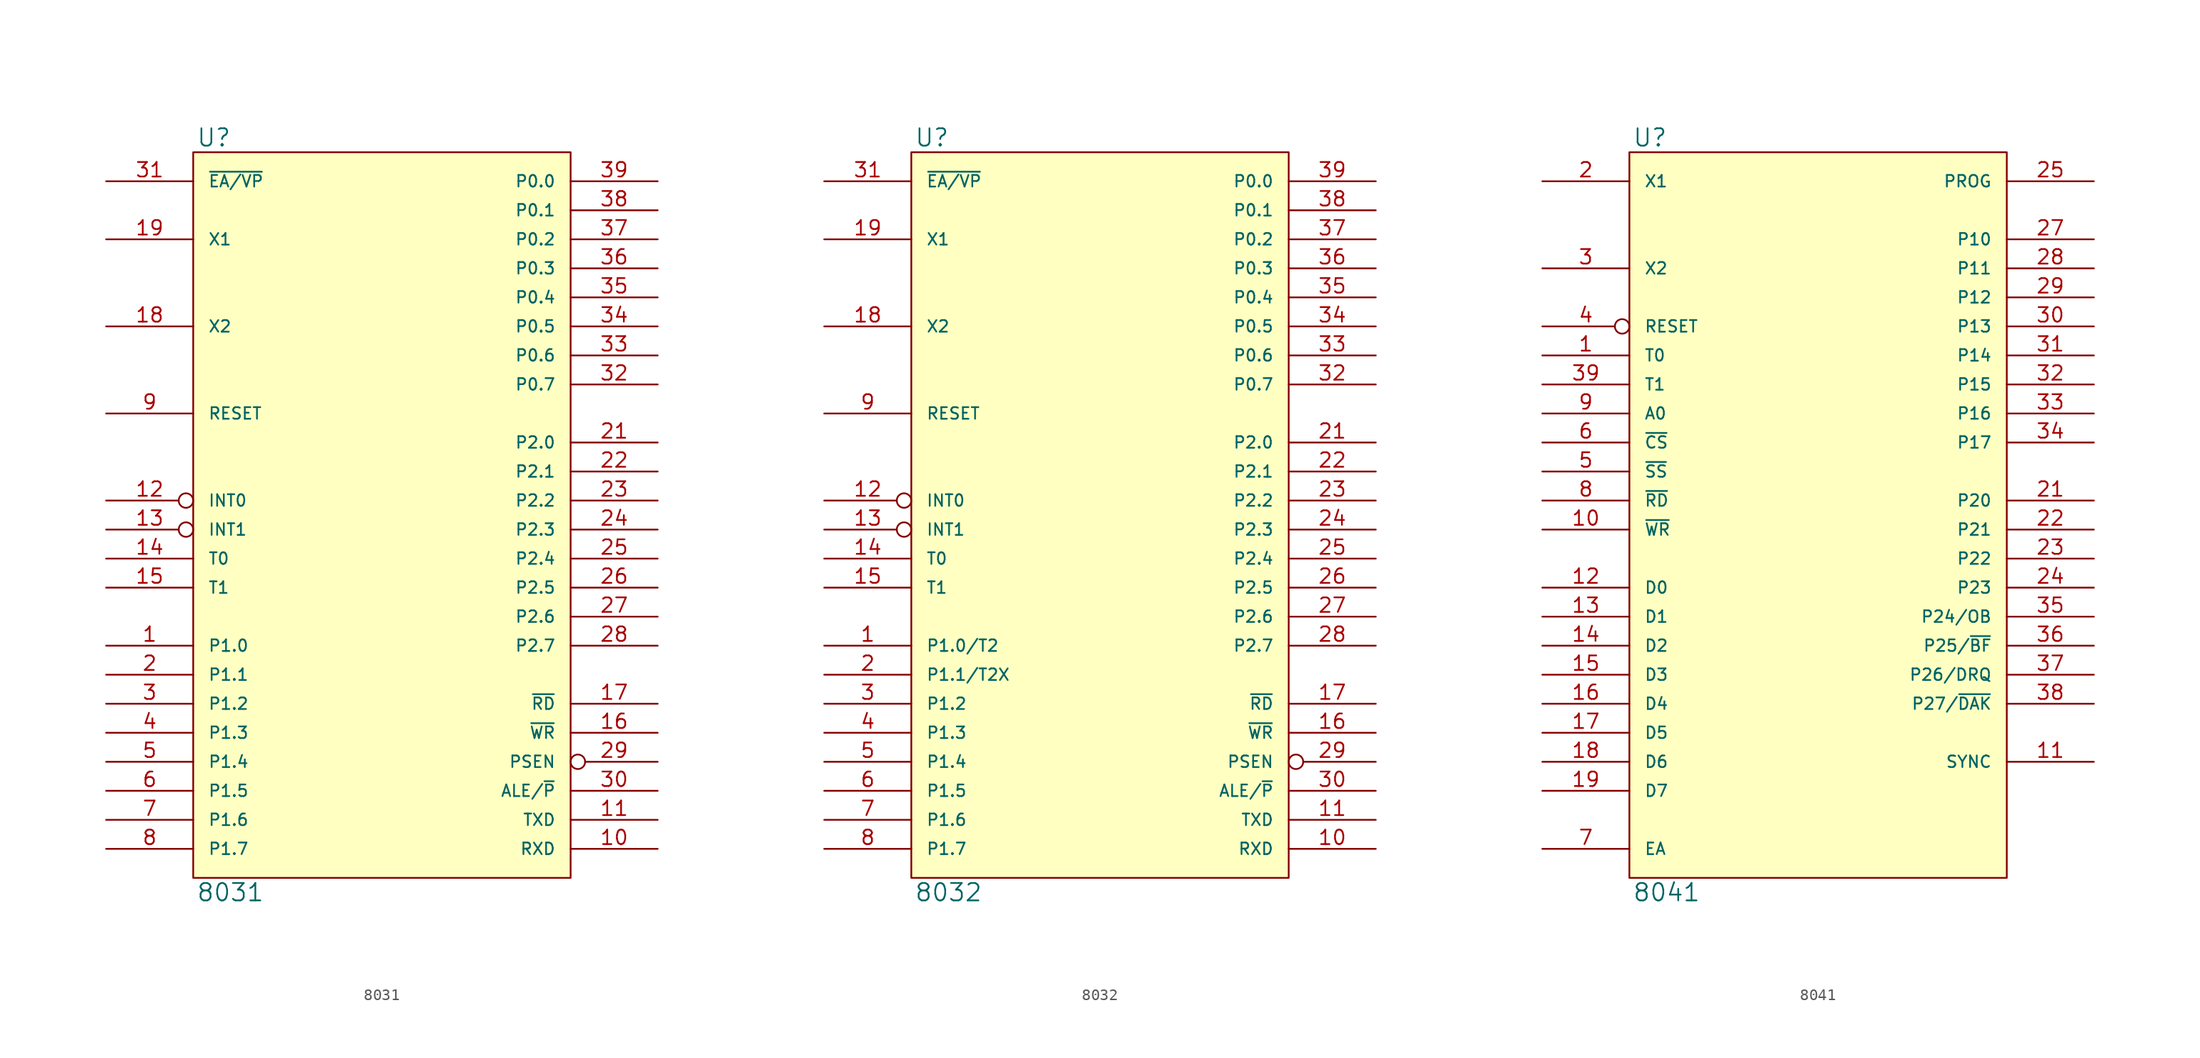
<source format=kicad_sym>
(kicad_symbol_lib
  (version 20231120)
  (generator "kicad_symbol_editor")
  (generator_version "8.0")
  (symbol "8031"
    (pin_names
      (offset 1.27))
    (property "Reference" "U"
      (at 0.254 0.381 0)
      (effects (font (size 1.524 1.524)) (justify left bottom)))
    (property "Value" "8031"
      (at 0.254 -63.881 0)
      (effects (font (size 1.524 1.524)) (justify left top)))
    (symbol "8031_0_1"
      (rectangle (start 0 0) (end 33.02 -63.5) (stroke (width 0) (type solid)) (fill (type background))))
    (symbol "8031_1_1"
      (pin bidirectional line (at -7.62 -43.18 0) (length 7.62) (name "P1.0" (effects (font (size 1.016 1.016)))) (number "1" (effects (font (size 1.27 1.27)))))
      (pin bidirectional line (at 40.64 -60.96 180) (length 7.62) (name "RXD" (effects (font (size 1.016 1.016)))) (number "10" (effects (font (size 1.27 1.27)))))
      (pin bidirectional line (at 40.64 -58.42 180) (length 7.62) (name "TXD" (effects (font (size 1.016 1.016)))) (number "11" (effects (font (size 1.27 1.27)))))
      (pin bidirectional inverted (at -7.62 -30.48 0) (length 7.62) (name "INT0" (effects (font (size 1.016 1.016)))) (number "12" (effects (font (size 1.27 1.27)))))
      (pin bidirectional inverted (at -7.62 -33.02 0) (length 7.62) (name "INT1" (effects (font (size 1.016 1.016)))) (number "13" (effects (font (size 1.27 1.27)))))
      (pin bidirectional line (at -7.62 -35.56 0) (length 7.62) (name "T0" (effects (font (size 1.016 1.016)))) (number "14" (effects (font (size 1.27 1.27)))))
      (pin bidirectional line (at -7.62 -38.1 0) (length 7.62) (name "T1" (effects (font (size 1.016 1.016)))) (number "15" (effects (font (size 1.27 1.27)))))
      (pin bidirectional line (at 40.64 -50.8 180) (length 7.62) (name "~{WR}" (effects (font (size 1.016 1.016)))) (number "16" (effects (font (size 1.27 1.27)))))
      (pin bidirectional line (at 40.64 -48.26 180) (length 7.62) (name "~{RD}" (effects (font (size 1.016 1.016)))) (number "17" (effects (font (size 1.27 1.27)))))
      (pin input line (at -7.62 -15.24 0) (length 7.62) (name "X2" (effects (font (size 1.016 1.016)))) (number "18" (effects (font (size 1.27 1.27)))))
      (pin input line (at -7.62 -7.62 0) (length 7.62) (name "X1" (effects (font (size 1.016 1.016)))) (number "19" (effects (font (size 1.27 1.27)))))
      (pin bidirectional line (at -7.62 -45.72 0) (length 7.62) (name "P1.1" (effects (font (size 1.016 1.016)))) (number "2" (effects (font (size 1.27 1.27)))))
      (pin power_in line (at 0 -63.5 90) (length 0) hide (name "VSS" (effects (font (size 1.016 1.016)))) (number "20" (effects (font (size 1.27 1.27)))))
      (pin bidirectional line (at 40.64 -25.4 180) (length 7.62) (name "P2.0" (effects (font (size 1.016 1.016)))) (number "21" (effects (font (size 1.27 1.27)))))
      (pin bidirectional line (at 40.64 -27.94 180) (length 7.62) (name "P2.1" (effects (font (size 1.016 1.016)))) (number "22" (effects (font (size 1.27 1.27)))))
      (pin bidirectional line (at 40.64 -30.48 180) (length 7.62) (name "P2.2" (effects (font (size 1.016 1.016)))) (number "23" (effects (font (size 1.27 1.27)))))
      (pin bidirectional line (at 40.64 -33.02 180) (length 7.62) (name "P2.3" (effects (font (size 1.016 1.016)))) (number "24" (effects (font (size 1.27 1.27)))))
      (pin bidirectional line (at 40.64 -35.56 180) (length 7.62) (name "P2.4" (effects (font (size 1.016 1.016)))) (number "25" (effects (font (size 1.27 1.27)))))
      (pin bidirectional line (at 40.64 -38.1 180) (length 7.62) (name "P2.5" (effects (font (size 1.016 1.016)))) (number "26" (effects (font (size 1.27 1.27)))))
      (pin bidirectional line (at 40.64 -40.64 180) (length 7.62) (name "P2.6" (effects (font (size 1.016 1.016)))) (number "27" (effects (font (size 1.27 1.27)))))
      (pin bidirectional line (at 40.64 -43.18 180) (length 7.62) (name "P2.7" (effects (font (size 1.016 1.016)))) (number "28" (effects (font (size 1.27 1.27)))))
      (pin output inverted (at 40.64 -53.34 180) (length 7.62) (name "PSEN" (effects (font (size 1.016 1.016)))) (number "29" (effects (font (size 1.27 1.27)))))
      (pin bidirectional line (at -7.62 -48.26 0) (length 7.62) (name "P1.2" (effects (font (size 1.016 1.016)))) (number "3" (effects (font (size 1.27 1.27)))))
      (pin output line (at 40.64 -55.88 180) (length 7.62) (name "ALE/~{P}" (effects (font (size 1.016 1.016)))) (number "30" (effects (font (size 1.27 1.27)))))
      (pin input line (at -7.62 -2.54 0) (length 7.62) (name "~{EA/VP}" (effects (font (size 1.016 1.016)))) (number "31" (effects (font (size 1.27 1.27)))))
      (pin bidirectional line (at 40.64 -20.32 180) (length 7.62) (name "P0.7" (effects (font (size 1.016 1.016)))) (number "32" (effects (font (size 1.27 1.27)))))
      (pin bidirectional line (at 40.64 -17.78 180) (length 7.62) (name "P0.6" (effects (font (size 1.016 1.016)))) (number "33" (effects (font (size 1.27 1.27)))))
      (pin bidirectional line (at 40.64 -15.24 180) (length 7.62) (name "P0.5" (effects (font (size 1.016 1.016)))) (number "34" (effects (font (size 1.27 1.27)))))
      (pin bidirectional line (at 40.64 -12.7 180) (length 7.62) (name "P0.4" (effects (font (size 1.016 1.016)))) (number "35" (effects (font (size 1.27 1.27)))))
      (pin bidirectional line (at 40.64 -10.16 180) (length 7.62) (name "P0.3" (effects (font (size 1.016 1.016)))) (number "36" (effects (font (size 1.27 1.27)))))
      (pin bidirectional line (at 40.64 -7.62 180) (length 7.62) (name "P0.2" (effects (font (size 1.016 1.016)))) (number "37" (effects (font (size 1.27 1.27)))))
      (pin bidirectional line (at 40.64 -5.08 180) (length 7.62) (name "P0.1" (effects (font (size 1.016 1.016)))) (number "38" (effects (font (size 1.27 1.27)))))
      (pin bidirectional line (at 40.64 -2.54 180) (length 7.62) (name "P0.0" (effects (font (size 1.016 1.016)))) (number "39" (effects (font (size 1.27 1.27)))))
      (pin bidirectional line (at -7.62 -50.8 0) (length 7.62) (name "P1.3" (effects (font (size 1.016 1.016)))) (number "4" (effects (font (size 1.27 1.27)))))
      (pin power_in line (at 0 0 270) (length 0) hide (name "VCC" (effects (font (size 1.016 1.016)))) (number "40" (effects (font (size 1.27 1.27)))))
      (pin bidirectional line (at -7.62 -53.34 0) (length 7.62) (name "P1.4" (effects (font (size 1.016 1.016)))) (number "5" (effects (font (size 1.27 1.27)))))
      (pin bidirectional line (at -7.62 -55.88 0) (length 7.62) (name "P1.5" (effects (font (size 1.016 1.016)))) (number "6" (effects (font (size 1.27 1.27)))))
      (pin bidirectional line (at -7.62 -58.42 0) (length 7.62) (name "P1.6" (effects (font (size 1.016 1.016)))) (number "7" (effects (font (size 1.27 1.27)))))
      (pin bidirectional line (at -7.62 -60.96 0) (length 7.62) (name "P1.7" (effects (font (size 1.016 1.016)))) (number "8" (effects (font (size 1.27 1.27)))))
      (pin input line (at -7.62 -22.86 0) (length 7.62) (name "RESET" (effects (font (size 1.016 1.016)))) (number "9" (effects (font (size 1.27 1.27)))))))
  (symbol "8032"
    (pin_names
      (offset 1.27))
    (property "Reference" "U"
      (at 0.254 0.381 0)
      (effects (font (size 1.524 1.524)) (justify left bottom)))
    (property "Value" "8032"
      (at 0.254 -63.881 0)
      (effects (font (size 1.524 1.524)) (justify left top)))
    (symbol "8032_0_1"
      (rectangle (start 0 0) (end 33.02 -63.5) (stroke (width 0) (type solid)) (fill (type background))))
    (symbol "8032_1_1"
      (pin bidirectional line (at -7.62 -43.18 0) (length 7.62) (name "P1.0/T2" (effects (font (size 1.016 1.016)))) (number "1" (effects (font (size 1.27 1.27)))))
      (pin bidirectional line (at 40.64 -60.96 180) (length 7.62) (name "RXD" (effects (font (size 1.016 1.016)))) (number "10" (effects (font (size 1.27 1.27)))))
      (pin bidirectional line (at 40.64 -58.42 180) (length 7.62) (name "TXD" (effects (font (size 1.016 1.016)))) (number "11" (effects (font (size 1.27 1.27)))))
      (pin bidirectional inverted (at -7.62 -30.48 0) (length 7.62) (name "INT0" (effects (font (size 1.016 1.016)))) (number "12" (effects (font (size 1.27 1.27)))))
      (pin bidirectional inverted (at -7.62 -33.02 0) (length 7.62) (name "INT1" (effects (font (size 1.016 1.016)))) (number "13" (effects (font (size 1.27 1.27)))))
      (pin bidirectional line (at -7.62 -35.56 0) (length 7.62) (name "T0" (effects (font (size 1.016 1.016)))) (number "14" (effects (font (size 1.27 1.27)))))
      (pin bidirectional line (at -7.62 -38.1 0) (length 7.62) (name "T1" (effects (font (size 1.016 1.016)))) (number "15" (effects (font (size 1.27 1.27)))))
      (pin bidirectional line (at 40.64 -50.8 180) (length 7.62) (name "~{WR}" (effects (font (size 1.016 1.016)))) (number "16" (effects (font (size 1.27 1.27)))))
      (pin bidirectional line (at 40.64 -48.26 180) (length 7.62) (name "~{RD}" (effects (font (size 1.016 1.016)))) (number "17" (effects (font (size 1.27 1.27)))))
      (pin input line (at -7.62 -15.24 0) (length 7.62) (name "X2" (effects (font (size 1.016 1.016)))) (number "18" (effects (font (size 1.27 1.27)))))
      (pin input line (at -7.62 -7.62 0) (length 7.62) (name "X1" (effects (font (size 1.016 1.016)))) (number "19" (effects (font (size 1.27 1.27)))))
      (pin bidirectional line (at -7.62 -45.72 0) (length 7.62) (name "P1.1/T2X" (effects (font (size 1.016 1.016)))) (number "2" (effects (font (size 1.27 1.27)))))
      (pin power_in line (at 0 -63.5 90) (length 0) hide (name "VSS" (effects (font (size 1.016 1.016)))) (number "20" (effects (font (size 1.27 1.27)))))
      (pin bidirectional line (at 40.64 -25.4 180) (length 7.62) (name "P2.0" (effects (font (size 1.016 1.016)))) (number "21" (effects (font (size 1.27 1.27)))))
      (pin bidirectional line (at 40.64 -27.94 180) (length 7.62) (name "P2.1" (effects (font (size 1.016 1.016)))) (number "22" (effects (font (size 1.27 1.27)))))
      (pin bidirectional line (at 40.64 -30.48 180) (length 7.62) (name "P2.2" (effects (font (size 1.016 1.016)))) (number "23" (effects (font (size 1.27 1.27)))))
      (pin bidirectional line (at 40.64 -33.02 180) (length 7.62) (name "P2.3" (effects (font (size 1.016 1.016)))) (number "24" (effects (font (size 1.27 1.27)))))
      (pin bidirectional line (at 40.64 -35.56 180) (length 7.62) (name "P2.4" (effects (font (size 1.016 1.016)))) (number "25" (effects (font (size 1.27 1.27)))))
      (pin bidirectional line (at 40.64 -38.1 180) (length 7.62) (name "P2.5" (effects (font (size 1.016 1.016)))) (number "26" (effects (font (size 1.27 1.27)))))
      (pin bidirectional line (at 40.64 -40.64 180) (length 7.62) (name "P2.6" (effects (font (size 1.016 1.016)))) (number "27" (effects (font (size 1.27 1.27)))))
      (pin bidirectional line (at 40.64 -43.18 180) (length 7.62) (name "P2.7" (effects (font (size 1.016 1.016)))) (number "28" (effects (font (size 1.27 1.27)))))
      (pin output inverted (at 40.64 -53.34 180) (length 7.62) (name "PSEN" (effects (font (size 1.016 1.016)))) (number "29" (effects (font (size 1.27 1.27)))))
      (pin bidirectional line (at -7.62 -48.26 0) (length 7.62) (name "P1.2" (effects (font (size 1.016 1.016)))) (number "3" (effects (font (size 1.27 1.27)))))
      (pin output line (at 40.64 -55.88 180) (length 7.62) (name "ALE/~{P}" (effects (font (size 1.016 1.016)))) (number "30" (effects (font (size 1.27 1.27)))))
      (pin input line (at -7.62 -2.54 0) (length 7.62) (name "~{EA/VP}" (effects (font (size 1.016 1.016)))) (number "31" (effects (font (size 1.27 1.27)))))
      (pin bidirectional line (at 40.64 -20.32 180) (length 7.62) (name "P0.7" (effects (font (size 1.016 1.016)))) (number "32" (effects (font (size 1.27 1.27)))))
      (pin bidirectional line (at 40.64 -17.78 180) (length 7.62) (name "P0.6" (effects (font (size 1.016 1.016)))) (number "33" (effects (font (size 1.27 1.27)))))
      (pin bidirectional line (at 40.64 -15.24 180) (length 7.62) (name "P0.5" (effects (font (size 1.016 1.016)))) (number "34" (effects (font (size 1.27 1.27)))))
      (pin bidirectional line (at 40.64 -12.7 180) (length 7.62) (name "P0.4" (effects (font (size 1.016 1.016)))) (number "35" (effects (font (size 1.27 1.27)))))
      (pin bidirectional line (at 40.64 -10.16 180) (length 7.62) (name "P0.3" (effects (font (size 1.016 1.016)))) (number "36" (effects (font (size 1.27 1.27)))))
      (pin bidirectional line (at 40.64 -7.62 180) (length 7.62) (name "P0.2" (effects (font (size 1.016 1.016)))) (number "37" (effects (font (size 1.27 1.27)))))
      (pin bidirectional line (at 40.64 -5.08 180) (length 7.62) (name "P0.1" (effects (font (size 1.016 1.016)))) (number "38" (effects (font (size 1.27 1.27)))))
      (pin bidirectional line (at 40.64 -2.54 180) (length 7.62) (name "P0.0" (effects (font (size 1.016 1.016)))) (number "39" (effects (font (size 1.27 1.27)))))
      (pin bidirectional line (at -7.62 -50.8 0) (length 7.62) (name "P1.3" (effects (font (size 1.016 1.016)))) (number "4" (effects (font (size 1.27 1.27)))))
      (pin power_in line (at 0 0 270) (length 0) hide (name "VCC" (effects (font (size 1.016 1.016)))) (number "40" (effects (font (size 1.27 1.27)))))
      (pin bidirectional line (at -7.62 -53.34 0) (length 7.62) (name "P1.4" (effects (font (size 1.016 1.016)))) (number "5" (effects (font (size 1.27 1.27)))))
      (pin bidirectional line (at -7.62 -55.88 0) (length 7.62) (name "P1.5" (effects (font (size 1.016 1.016)))) (number "6" (effects (font (size 1.27 1.27)))))
      (pin bidirectional line (at -7.62 -58.42 0) (length 7.62) (name "P1.6" (effects (font (size 1.016 1.016)))) (number "7" (effects (font (size 1.27 1.27)))))
      (pin bidirectional line (at -7.62 -60.96 0) (length 7.62) (name "P1.7" (effects (font (size 1.016 1.016)))) (number "8" (effects (font (size 1.27 1.27)))))
      (pin input line (at -7.62 -22.86 0) (length 7.62) (name "RESET" (effects (font (size 1.016 1.016)))) (number "9" (effects (font (size 1.27 1.27)))))))
  (symbol "8041"
    (pin_names
      (offset 1.27))
    (property "Reference" "U"
      (at 0.254 0.381 0)
      (effects (font (size 1.524 1.524)) (justify left bottom)))
    (property "Value" "8041"
      (at 0.254 -63.881 0)
      (effects (font (size 1.524 1.524)) (justify left top)))
    (symbol "8041_0_1"
      (rectangle (start 0 0) (end 33.02 -63.5) (stroke (width 0) (type solid)) (fill (type background))))
    (symbol "8041_1_1"
      (pin input line (at -7.62 -17.78 0) (length 7.62) (name "T0" (effects (font (size 1.016 1.016)))) (number "1" (effects (font (size 1.27 1.27)))))
      (pin input line (at -7.62 -33.02 0) (length 7.62) (name "~{WR}" (effects (font (size 1.016 1.016)))) (number "10" (effects (font (size 1.27 1.27)))))
      (pin output line (at 40.64 -53.34 180) (length 7.62) (name "SYNC" (effects (font (size 1.016 1.016)))) (number "11" (effects (font (size 1.27 1.27)))))
      (pin bidirectional line (at -7.62 -38.1 0) (length 7.62) (name "D0" (effects (font (size 1.016 1.016)))) (number "12" (effects (font (size 1.27 1.27)))))
      (pin bidirectional line (at -7.62 -40.64 0) (length 7.62) (name "D1" (effects (font (size 1.016 1.016)))) (number "13" (effects (font (size 1.27 1.27)))))
      (pin bidirectional line (at -7.62 -43.18 0) (length 7.62) (name "D2" (effects (font (size 1.016 1.016)))) (number "14" (effects (font (size 1.27 1.27)))))
      (pin bidirectional line (at -7.62 -45.72 0) (length 7.62) (name "D3" (effects (font (size 1.016 1.016)))) (number "15" (effects (font (size 1.27 1.27)))))
      (pin bidirectional line (at -7.62 -48.26 0) (length 7.62) (name "D4" (effects (font (size 1.016 1.016)))) (number "16" (effects (font (size 1.27 1.27)))))
      (pin bidirectional line (at -7.62 -50.8 0) (length 7.62) (name "D5" (effects (font (size 1.016 1.016)))) (number "17" (effects (font (size 1.27 1.27)))))
      (pin bidirectional line (at -7.62 -53.34 0) (length 7.62) (name "D6" (effects (font (size 1.016 1.016)))) (number "18" (effects (font (size 1.27 1.27)))))
      (pin bidirectional line (at -7.62 -55.88 0) (length 7.62) (name "D7" (effects (font (size 1.016 1.016)))) (number "19" (effects (font (size 1.27 1.27)))))
      (pin input line (at -7.62 -2.54 0) (length 7.62) (name "X1" (effects (font (size 1.016 1.016)))) (number "2" (effects (font (size 1.27 1.27)))))
      (pin power_in line (at 0 -63.5 90) (length 0) hide (name "VSS" (effects (font (size 1.016 1.016)))) (number "20" (effects (font (size 1.27 1.27)))))
      (pin bidirectional line (at 40.64 -30.48 180) (length 7.62) (name "P20" (effects (font (size 1.016 1.016)))) (number "21" (effects (font (size 1.27 1.27)))))
      (pin bidirectional line (at 40.64 -33.02 180) (length 7.62) (name "P21" (effects (font (size 1.016 1.016)))) (number "22" (effects (font (size 1.27 1.27)))))
      (pin bidirectional line (at 40.64 -35.56 180) (length 7.62) (name "P22" (effects (font (size 1.016 1.016)))) (number "23" (effects (font (size 1.27 1.27)))))
      (pin bidirectional line (at 40.64 -38.1 180) (length 7.62) (name "P23" (effects (font (size 1.016 1.016)))) (number "24" (effects (font (size 1.27 1.27)))))
      (pin bidirectional line (at 40.64 -2.54 180) (length 7.62) (name "PROG" (effects (font (size 1.016 1.016)))) (number "25" (effects (font (size 1.27 1.27)))))
      (pin power_in line (at 15.24 0 270) (length 0) hide (name "VDD" (effects (font (size 1.016 1.016)))) (number "26" (effects (font (size 1.27 1.27)))))
      (pin bidirectional line (at 40.64 -7.62 180) (length 7.62) (name "P10" (effects (font (size 1.016 1.016)))) (number "27" (effects (font (size 1.27 1.27)))))
      (pin bidirectional line (at 40.64 -10.16 180) (length 7.62) (name "P11" (effects (font (size 1.016 1.016)))) (number "28" (effects (font (size 1.27 1.27)))))
      (pin bidirectional line (at 40.64 -12.7 180) (length 7.62) (name "P12" (effects (font (size 1.016 1.016)))) (number "29" (effects (font (size 1.27 1.27)))))
      (pin input line (at -7.62 -10.16 0) (length 7.62) (name "X2" (effects (font (size 1.016 1.016)))) (number "3" (effects (font (size 1.27 1.27)))))
      (pin bidirectional line (at 40.64 -15.24 180) (length 7.62) (name "P13" (effects (font (size 1.016 1.016)))) (number "30" (effects (font (size 1.27 1.27)))))
      (pin bidirectional line (at 40.64 -17.78 180) (length 7.62) (name "P14" (effects (font (size 1.016 1.016)))) (number "31" (effects (font (size 1.27 1.27)))))
      (pin bidirectional line (at 40.64 -20.32 180) (length 7.62) (name "P15" (effects (font (size 1.016 1.016)))) (number "32" (effects (font (size 1.27 1.27)))))
      (pin bidirectional line (at 40.64 -22.86 180) (length 7.62) (name "P16" (effects (font (size 1.016 1.016)))) (number "33" (effects (font (size 1.27 1.27)))))
      (pin bidirectional line (at 40.64 -25.4 180) (length 7.62) (name "P17" (effects (font (size 1.016 1.016)))) (number "34" (effects (font (size 1.27 1.27)))))
      (pin bidirectional line (at 40.64 -40.64 180) (length 7.62) (name "P24/OB" (effects (font (size 1.016 1.016)))) (number "35" (effects (font (size 1.27 1.27)))))
      (pin bidirectional line (at 40.64 -43.18 180) (length 7.62) (name "P25/~{BF}" (effects (font (size 1.016 1.016)))) (number "36" (effects (font (size 1.27 1.27)))))
      (pin bidirectional line (at 40.64 -45.72 180) (length 7.62) (name "P26/DRQ" (effects (font (size 1.016 1.016)))) (number "37" (effects (font (size 1.27 1.27)))))
      (pin bidirectional line (at 40.64 -48.26 180) (length 7.62) (name "P27/~{DAK}" (effects (font (size 1.016 1.016)))) (number "38" (effects (font (size 1.27 1.27)))))
      (pin input line (at -7.62 -20.32 0) (length 7.62) (name "T1" (effects (font (size 1.016 1.016)))) (number "39" (effects (font (size 1.27 1.27)))))
      (pin input inverted (at -7.62 -15.24 0) (length 7.62) (name "RESET" (effects (font (size 1.016 1.016)))) (number "4" (effects (font (size 1.27 1.27)))))
      (pin power_in line (at 0 0 270) (length 0) hide (name "VCC" (effects (font (size 1.016 1.016)))) (number "40" (effects (font (size 1.27 1.27)))))
      (pin input line (at -7.62 -27.94 0) (length 7.62) (name "~{SS}" (effects (font (size 1.016 1.016)))) (number "5" (effects (font (size 1.27 1.27)))))
      (pin input line (at -7.62 -25.4 0) (length 7.62) (name "~{CS}" (effects (font (size 1.016 1.016)))) (number "6" (effects (font (size 1.27 1.27)))))
      (pin input line (at -7.62 -60.96 0) (length 7.62) (name "EA" (effects (font (size 1.016 1.016)))) (number "7" (effects (font (size 1.27 1.27)))))
      (pin input line (at -7.62 -30.48 0) (length 7.62) (name "~{RD}" (effects (font (size 1.016 1.016)))) (number "8" (effects (font (size 1.27 1.27)))))
      (pin input line (at -7.62 -22.86 0) (length 7.62) (name "A0" (effects (font (size 1.016 1.016)))) (number "9" (effects (font (size 1.27 1.27))))))))
</source>
